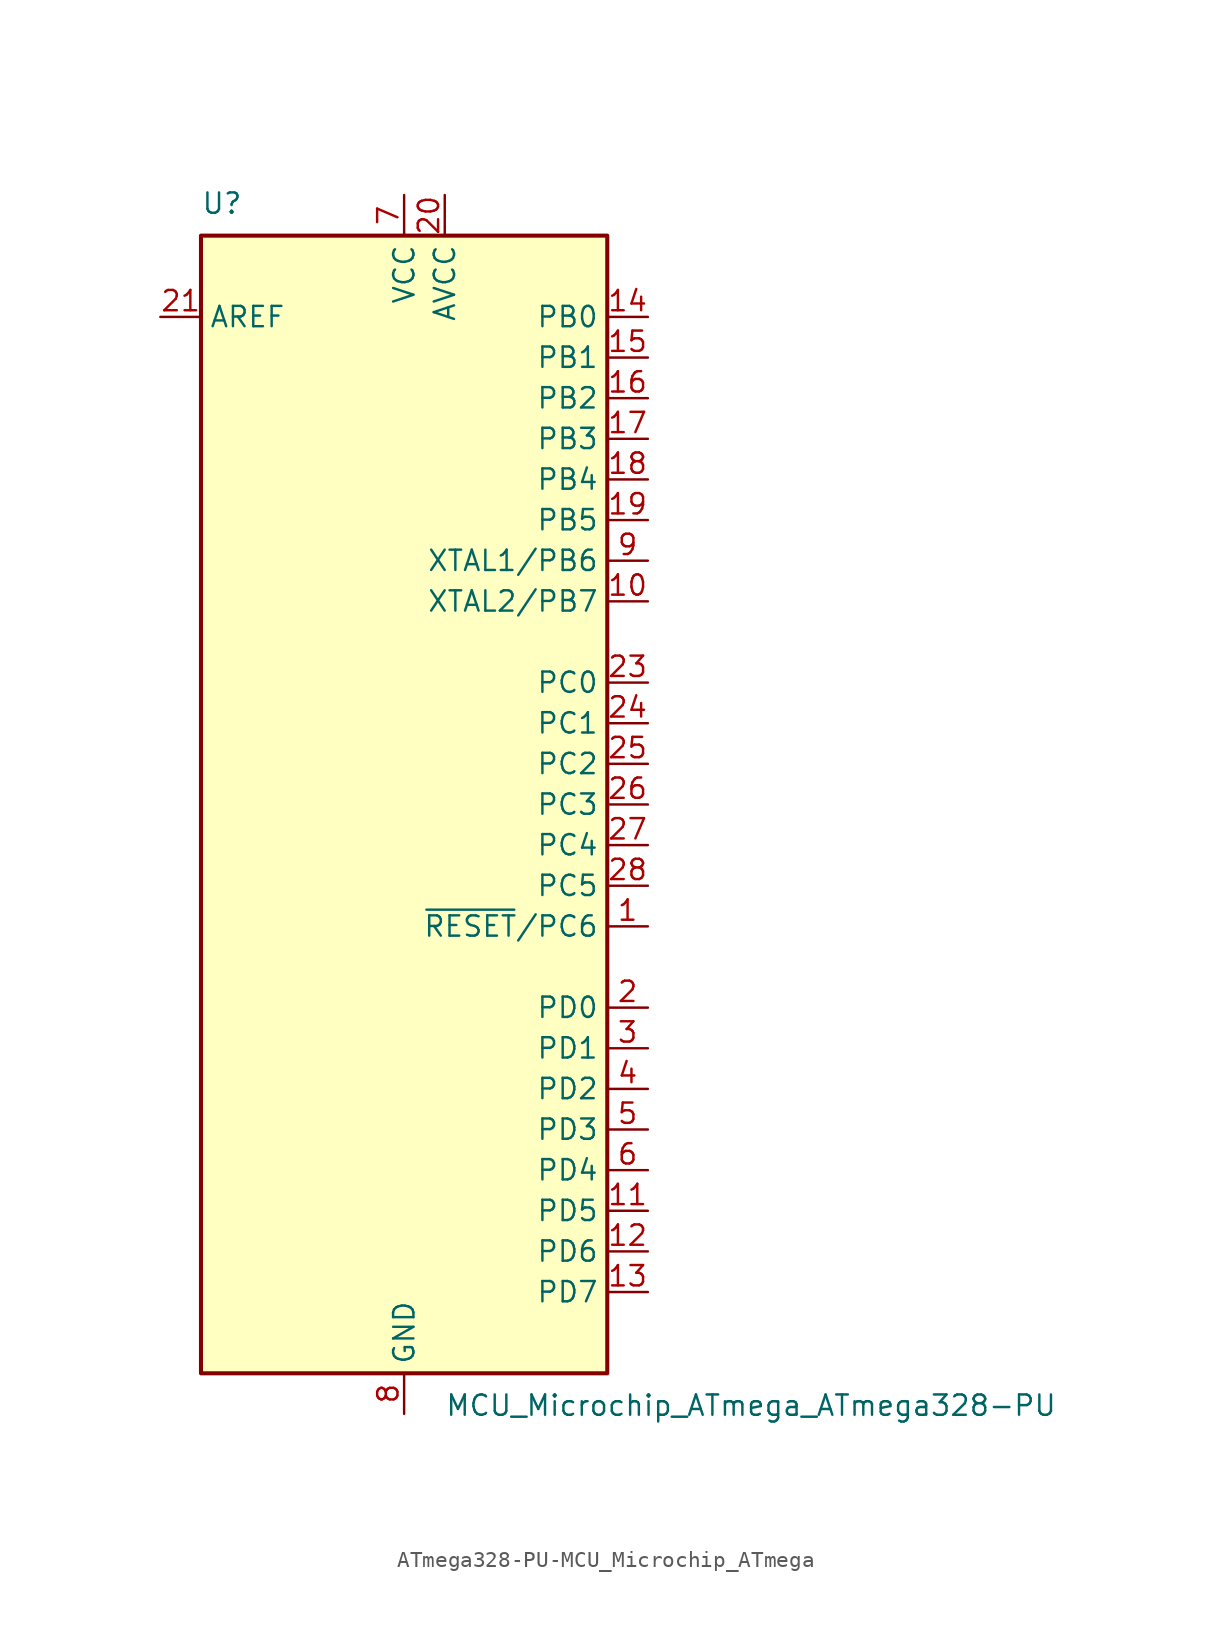
<source format=kicad_sym>
(kicad_symbol_lib
  (version 20220914)
  (generator kicad_symbol_editor)
  (symbol "ATmega328-PU-MCU_Microchip_ATmega"
    (property "Reference" "U"
      (at -12.7 36.83 0)
      (effects (font (size 1.27 1.27)) (justify left bottom)))
    (property "Value" "MCU_Microchip_ATmega_ATmega328-PU"
      (at 2.54 -36.83 0)
      (effects (font (size 1.27 1.27)) (justify left top)))
    (symbol "ATmega328-PU-MCU_Microchip_ATmega_0_1"
      (rectangle (start -12.7 -35.56) (end 12.7 35.56) (stroke (width 0.254) (type solid)) (fill (type background))))
    (symbol "ATmega328-PU-MCU_Microchip_ATmega_1_1"
      (pin bidirectional line (at 15.24 -7.62 180) (length 2.54) (name "~{RESET}/PC6" (effects (font (size 1.27 1.27)))) (number "1" (effects (font (size 1.27 1.27)))))
      (pin bidirectional line (at 15.24 12.7 180) (length 2.54) (name "XTAL2/PB7" (effects (font (size 1.27 1.27)))) (number "10" (effects (font (size 1.27 1.27)))))
      (pin bidirectional line (at 15.24 -25.4 180) (length 2.54) (name "PD5" (effects (font (size 1.27 1.27)))) (number "11" (effects (font (size 1.27 1.27)))))
      (pin bidirectional line (at 15.24 -27.94 180) (length 2.54) (name "PD6" (effects (font (size 1.27 1.27)))) (number "12" (effects (font (size 1.27 1.27)))))
      (pin bidirectional line (at 15.24 -30.48 180) (length 2.54) (name "PD7" (effects (font (size 1.27 1.27)))) (number "13" (effects (font (size 1.27 1.27)))))
      (pin bidirectional line (at 15.24 30.48 180) (length 2.54) (name "PB0" (effects (font (size 1.27 1.27)))) (number "14" (effects (font (size 1.27 1.27)))))
      (pin bidirectional line (at 15.24 27.94 180) (length 2.54) (name "PB1" (effects (font (size 1.27 1.27)))) (number "15" (effects (font (size 1.27 1.27)))))
      (pin bidirectional line (at 15.24 25.4 180) (length 2.54) (name "PB2" (effects (font (size 1.27 1.27)))) (number "16" (effects (font (size 1.27 1.27)))))
      (pin bidirectional line (at 15.24 22.86 180) (length 2.54) (name "PB3" (effects (font (size 1.27 1.27)))) (number "17" (effects (font (size 1.27 1.27)))))
      (pin bidirectional line (at 15.24 20.32 180) (length 2.54) (name "PB4" (effects (font (size 1.27 1.27)))) (number "18" (effects (font (size 1.27 1.27)))))
      (pin bidirectional line (at 15.24 17.78 180) (length 2.54) (name "PB5" (effects (font (size 1.27 1.27)))) (number "19" (effects (font (size 1.27 1.27)))))
      (pin bidirectional line (at 15.24 -12.7 180) (length 2.54) (name "PD0" (effects (font (size 1.27 1.27)))) (number "2" (effects (font (size 1.27 1.27)))))
      (pin power_in line (at 2.54 38.1 270) (length 2.54) (name "AVCC" (effects (font (size 1.27 1.27)))) (number "20" (effects (font (size 1.27 1.27)))))
      (pin passive line (at -15.24 30.48 0) (length 2.54) (name "AREF" (effects (font (size 1.27 1.27)))) (number "21" (effects (font (size 1.27 1.27)))))
      (pin passive line (at 0 -38.1 90) (length 2.54) hide (name "GND" (effects (font (size 1.27 1.27)))) (number "22" (effects (font (size 1.27 1.27)))))
      (pin bidirectional line (at 15.24 7.62 180) (length 2.54) (name "PC0" (effects (font (size 1.27 1.27)))) (number "23" (effects (font (size 1.27 1.27)))))
      (pin bidirectional line (at 15.24 5.08 180) (length 2.54) (name "PC1" (effects (font (size 1.27 1.27)))) (number "24" (effects (font (size 1.27 1.27)))))
      (pin bidirectional line (at 15.24 2.54 180) (length 2.54) (name "PC2" (effects (font (size 1.27 1.27)))) (number "25" (effects (font (size 1.27 1.27)))))
      (pin bidirectional line (at 15.24 0 180) (length 2.54) (name "PC3" (effects (font (size 1.27 1.27)))) (number "26" (effects (font (size 1.27 1.27)))))
      (pin bidirectional line (at 15.24 -2.54 180) (length 2.54) (name "PC4" (effects (font (size 1.27 1.27)))) (number "27" (effects (font (size 1.27 1.27)))))
      (pin bidirectional line (at 15.24 -5.08 180) (length 2.54) (name "PC5" (effects (font (size 1.27 1.27)))) (number "28" (effects (font (size 1.27 1.27)))))
      (pin bidirectional line (at 15.24 -15.24 180) (length 2.54) (name "PD1" (effects (font (size 1.27 1.27)))) (number "3" (effects (font (size 1.27 1.27)))))
      (pin bidirectional line (at 15.24 -17.78 180) (length 2.54) (name "PD2" (effects (font (size 1.27 1.27)))) (number "4" (effects (font (size 1.27 1.27)))))
      (pin bidirectional line (at 15.24 -20.32 180) (length 2.54) (name "PD3" (effects (font (size 1.27 1.27)))) (number "5" (effects (font (size 1.27 1.27)))))
      (pin bidirectional line (at 15.24 -22.86 180) (length 2.54) (name "PD4" (effects (font (size 1.27 1.27)))) (number "6" (effects (font (size 1.27 1.27)))))
      (pin power_in line (at 0 38.1 270) (length 2.54) (name "VCC" (effects (font (size 1.27 1.27)))) (number "7" (effects (font (size 1.27 1.27)))))
      (pin power_in line (at 0 -38.1 90) (length 2.54) (name "GND" (effects (font (size 1.27 1.27)))) (number "8" (effects (font (size 1.27 1.27)))))
      (pin bidirectional line (at 15.24 15.24 180) (length 2.54) (name "XTAL1/PB6" (effects (font (size 1.27 1.27)))) (number "9" (effects (font (size 1.27 1.27))))))))
</source>
